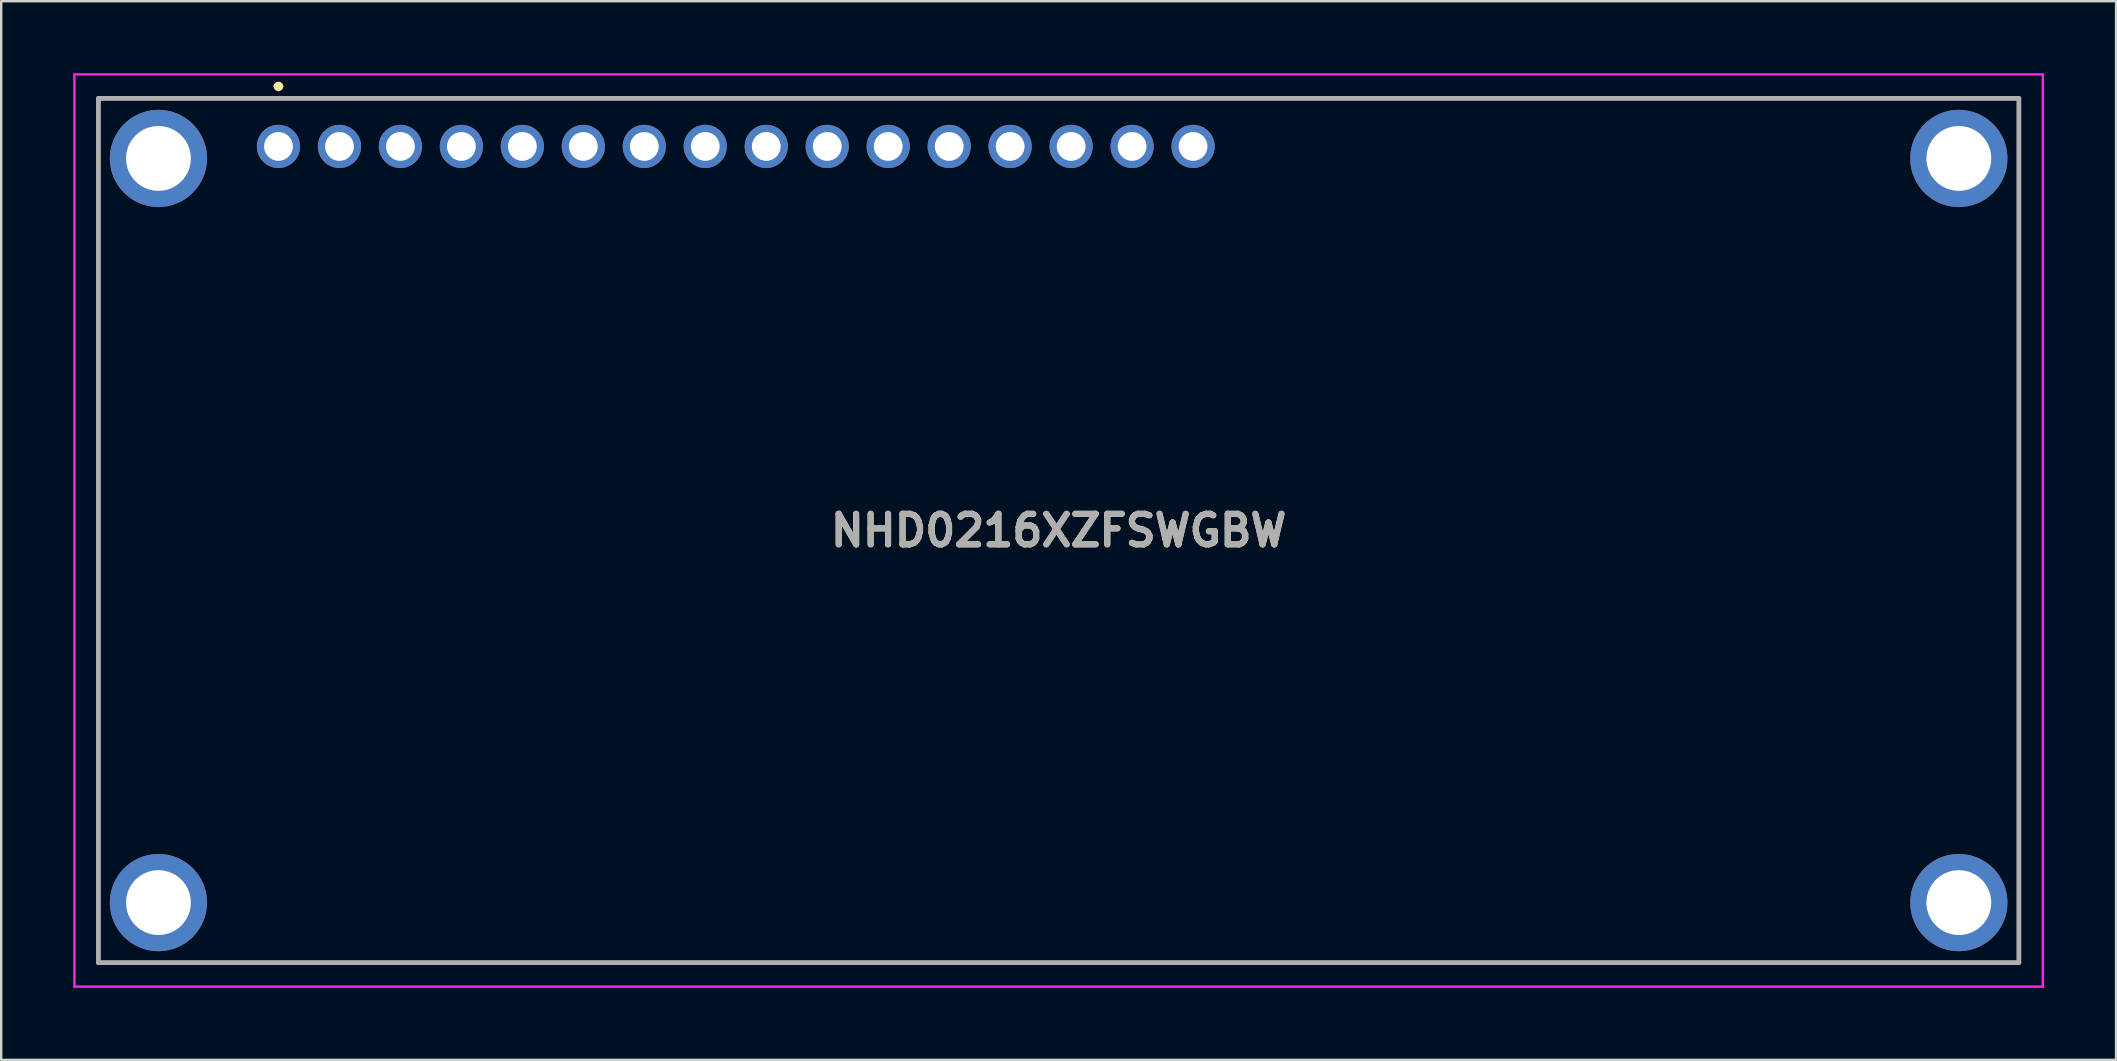
<source format=kicad_pcb>
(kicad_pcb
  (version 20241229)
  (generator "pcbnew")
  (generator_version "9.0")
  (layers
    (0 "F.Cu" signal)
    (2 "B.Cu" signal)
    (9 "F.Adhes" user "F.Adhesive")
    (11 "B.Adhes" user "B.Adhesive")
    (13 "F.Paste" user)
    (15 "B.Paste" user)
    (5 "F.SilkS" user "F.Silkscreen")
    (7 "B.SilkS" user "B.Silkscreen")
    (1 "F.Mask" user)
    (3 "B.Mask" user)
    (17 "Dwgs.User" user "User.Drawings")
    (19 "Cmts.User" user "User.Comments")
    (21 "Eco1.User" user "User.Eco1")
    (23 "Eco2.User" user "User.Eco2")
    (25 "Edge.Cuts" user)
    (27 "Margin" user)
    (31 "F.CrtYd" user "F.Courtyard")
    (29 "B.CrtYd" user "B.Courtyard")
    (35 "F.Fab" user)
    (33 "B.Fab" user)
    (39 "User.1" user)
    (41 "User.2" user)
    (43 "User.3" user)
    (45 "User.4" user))
  (footprint "NHD0216XZFSWGBW"
    (layer "F.Cu")
    (at 41.05 19.05)
    (property "Reference" "NHD0216XZFSWGBW" (at 0 0 0) (layer "F.SilkS") (effects (font (size 1.27 1.27) (thickness 0.254))))
    (attr through_hole)
    (fp_line (start -40 -18) (end 40 -18) (stroke (width 0.1) (type solid)) (layer "F.SilkS"))
    (fp_line (start -40 18) (end -40 -18) (stroke (width 0.1) (type solid)) (layer "F.SilkS"))
    (fp_line (start -32.6 -18.5) (end -32.6 -18.5) (stroke (width 0.2) (type solid)) (layer "F.SilkS"))
    (fp_line (start -32.4 -18.5) (end -32.4 -18.5) (stroke (width 0.2) (type solid)) (layer "F.SilkS"))
    (fp_line (start 40 -18) (end 40 18) (stroke (width 0.1) (type solid)) (layer "F.SilkS"))
    (fp_line (start 40 18) (end -40 18) (stroke (width 0.1) (type solid)) (layer "F.SilkS"))
    (fp_arc (start -32.6 -18.5) (mid -32.5 -18.6) (end -32.4 -18.5) (stroke (width 0.2) (type solid)) (layer "F.SilkS"))
    (fp_arc (start -32.4 -18.5) (mid -32.5 -18.4) (end -32.6 -18.5) (stroke (width 0.2) (type solid)) (layer "F.SilkS"))
    (fp_line (start -41 -19) (end 41 -19) (stroke (width 0.1) (type solid)) (layer "F.CrtYd"))
    (fp_line (start -41 19) (end -41 -19) (stroke (width 0.1) (type solid)) (layer "F.CrtYd"))
    (fp_line (start 41 -19) (end 41 19) (stroke (width 0.1) (type solid)) (layer "F.CrtYd"))
    (fp_line (start 41 19) (end -41 19) (stroke (width 0.1) (type solid)) (layer "F.CrtYd"))
    (fp_line (start -40 -18) (end 40 -18) (stroke (width 0.2) (type solid)) (layer "F.Fab"))
    (fp_line (start -40 18) (end -40 -18) (stroke (width 0.2) (type solid)) (layer "F.Fab"))
    (fp_line (start 40 -18) (end 40 18) (stroke (width 0.2) (type solid)) (layer "F.Fab"))
    (fp_line (start 40 18) (end -40 18) (stroke (width 0.2) (type solid)) (layer "F.Fab"))
    (fp_text user "${REFERENCE}" (at 0 0 0) (layer "F.Fab") (effects (font (size 1.27 1.27) (thickness 0.254))))
    (pad "1" thru_hole circle (at -32.5 -16) (size 1.8 1.8) (drill 1.2) (layers "*.Cu" "*.Mask"))
    (pad "2" thru_hole circle (at -29.96 -16) (size 1.8 1.8) (drill 1.2) (layers "*.Cu" "*.Mask"))
    (pad "3" thru_hole circle (at -27.42 -16) (size 1.8 1.8) (drill 1.2) (layers "*.Cu" "*.Mask"))
    (pad "4" thru_hole circle (at -24.88 -16) (size 1.8 1.8) (drill 1.2) (layers "*.Cu" "*.Mask"))
    (pad "5" thru_hole circle (at -22.34 -16) (size 1.8 1.8) (drill 1.2) (layers "*.Cu" "*.Mask"))
    (pad "6" thru_hole circle (at -19.8 -16) (size 1.8 1.8) (drill 1.2) (layers "*.Cu" "*.Mask"))
    (pad "7" thru_hole circle (at -17.26 -16) (size 1.8 1.8) (drill 1.2) (layers "*.Cu" "*.Mask"))
    (pad "8" thru_hole circle (at -14.72 -16) (size 1.8 1.8) (drill 1.2) (layers "*.Cu" "*.Mask"))
    (pad "9" thru_hole circle (at -12.18 -16) (size 1.8 1.8) (drill 1.2) (layers "*.Cu" "*.Mask"))
    (pad "10" thru_hole circle (at -9.64 -16) (size 1.8 1.8) (drill 1.2) (layers "*.Cu" "*.Mask"))
    (pad "11" thru_hole circle (at -7.1 -16) (size 1.8 1.8) (drill 1.2) (layers "*.Cu" "*.Mask"))
    (pad "12" thru_hole circle (at -4.56 -16) (size 1.8 1.8) (drill 1.2) (layers "*.Cu" "*.Mask"))
    (pad "13" thru_hole circle (at -2.02 -16) (size 1.8 1.8) (drill 1.2) (layers "*.Cu" "*.Mask"))
    (pad "14" thru_hole circle (at 0.52 -16) (size 1.8 1.8) (drill 1.2) (layers "*.Cu" "*.Mask"))
    (pad "15" thru_hole circle (at 3.06 -16) (size 1.8 1.8) (drill 1.2) (layers "*.Cu" "*.Mask"))
    (pad "16" thru_hole circle (at 5.6 -16) (size 1.8 1.8) (drill 1.2) (layers "*.Cu" "*.Mask"))
    (pad "17" thru_hole circle (at -37.5 15.5) (size 4.05 4.05) (drill 2.7) (layers "*.Cu" "*.Mask"))
    (pad "18" thru_hole circle (at 37.5 15.5) (size 4.05 4.05) (drill 2.7) (layers "*.Cu" "*.Mask"))
    (pad "19" thru_hole circle (at 37.5 -15.5) (size 4.05 4.05) (drill 2.7) (layers "*.Cu" "*.Mask"))
    (pad "21" thru_hole circle (at -37.5 -15.5) (size 4.05 4.05) (drill 2.7) (layers "*.Cu" "*.Mask")))
  (gr_rect
    (start -3 -3)
    (end 85.1 41.1)
    (stroke (width 0.1) (type default))
    (fill no)
    (layer "Edge.Cuts")))
</source>
